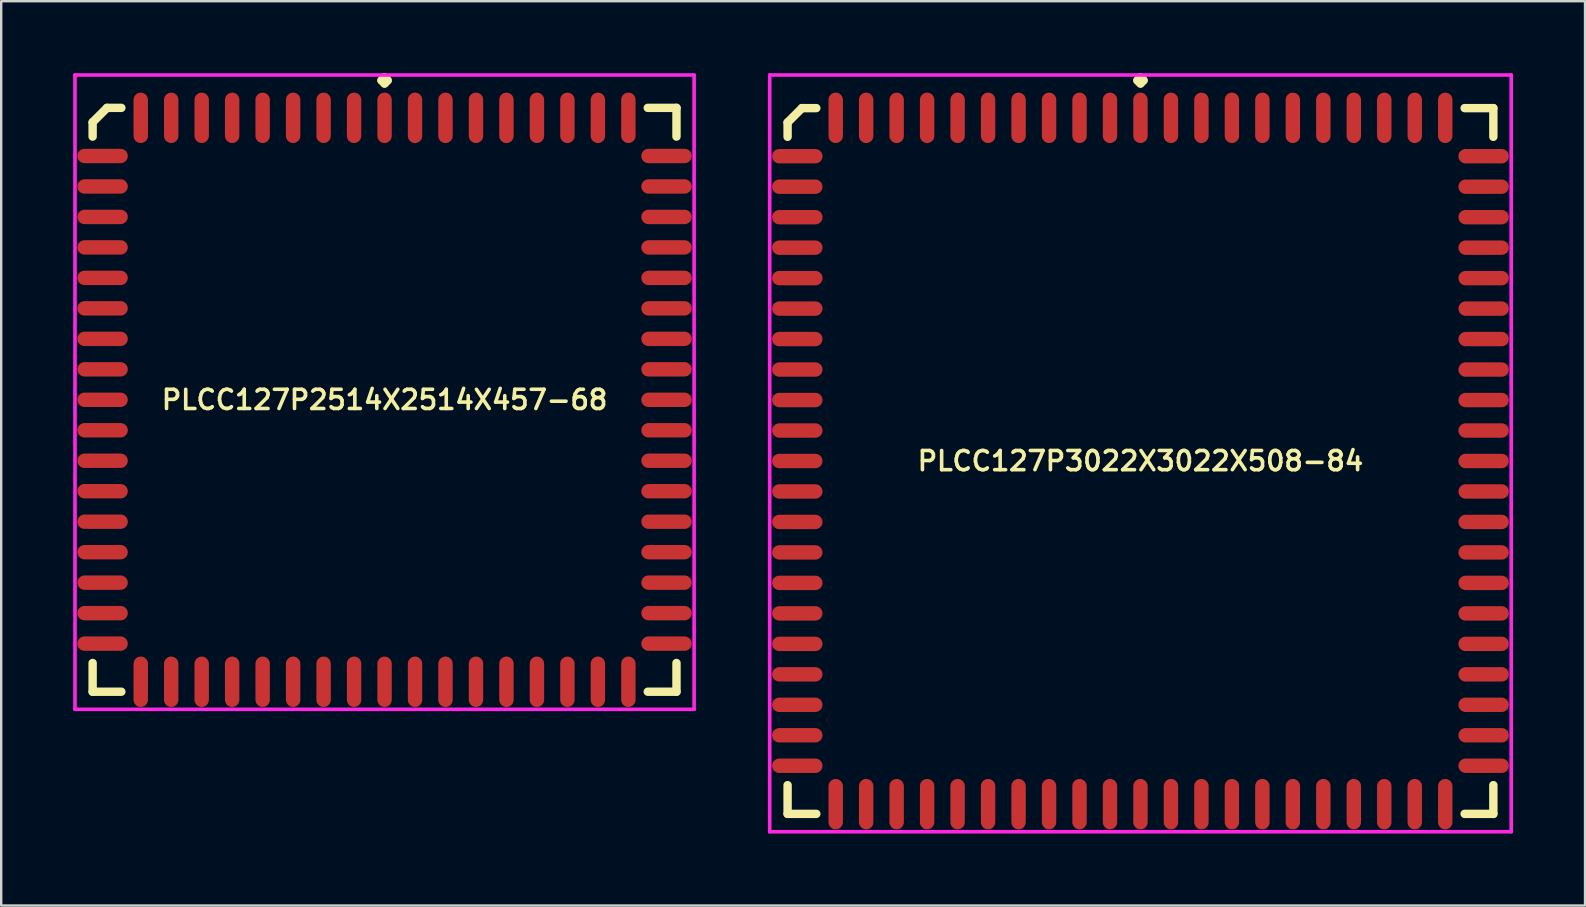
<source format=kicad_pcb>
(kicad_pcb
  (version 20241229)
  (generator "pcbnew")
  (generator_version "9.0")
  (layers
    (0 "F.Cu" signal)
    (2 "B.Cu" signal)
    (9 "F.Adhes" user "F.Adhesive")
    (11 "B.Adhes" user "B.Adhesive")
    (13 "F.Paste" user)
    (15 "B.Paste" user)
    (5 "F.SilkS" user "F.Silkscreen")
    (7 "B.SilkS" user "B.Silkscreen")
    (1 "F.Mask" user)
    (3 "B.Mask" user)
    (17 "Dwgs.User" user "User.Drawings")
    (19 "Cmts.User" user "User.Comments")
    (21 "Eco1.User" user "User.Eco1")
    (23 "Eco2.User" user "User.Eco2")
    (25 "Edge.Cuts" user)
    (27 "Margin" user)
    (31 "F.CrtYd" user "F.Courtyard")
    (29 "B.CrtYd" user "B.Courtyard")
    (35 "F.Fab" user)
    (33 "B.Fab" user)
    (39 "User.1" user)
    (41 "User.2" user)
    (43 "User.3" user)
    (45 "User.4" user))
  (footprint "PLCC127P3022X3022X508-84"
    (layer "F.Cu")
    (at 44.475 16.16)
    (property "Reference" "PLCC127P3022X3022X508-84" (at 0 0 0) (layer "F.SilkS") (effects (font (size 0.8 0.8) (thickness 0.15))))
    (attr smd)
    (fp_line (start -14.705 -14.107) (end -14.107 -14.705) (stroke (width 0.35) (type solid)) (layer "F.SilkS"))
    (fp_line (start -14.705 -13.508) (end -14.705 -14.107) (stroke (width 0.35) (type solid)) (layer "F.SilkS"))
    (fp_line (start -14.705 13.508) (end -14.705 14.705) (stroke (width 0.35) (type solid)) (layer "F.SilkS"))
    (fp_line (start -14.705 14.705) (end -13.508 14.705) (stroke (width 0.35) (type solid)) (layer "F.SilkS"))
    (fp_line (start -14.107 -14.705) (end -13.508 -14.705) (stroke (width 0.35) (type solid)) (layer "F.SilkS"))
    (fp_line (start -0.127 -15.858) (end 0 -15.985) (stroke (width 0.35) (type solid)) (layer "F.SilkS"))
    (fp_line (start 0 -15.985) (end 0.127 -15.858) (stroke (width 0.35) (type solid)) (layer "F.SilkS"))
    (fp_line (start 0 -15.731) (end -0.127 -15.858) (stroke (width 0.35) (type solid)) (layer "F.SilkS"))
    (fp_line (start 0.127 -15.858) (end 0 -15.731) (stroke (width 0.35) (type solid)) (layer "F.SilkS"))
    (fp_line (start 14.705 -14.705) (end 13.508 -14.705) (stroke (width 0.35) (type solid)) (layer "F.SilkS"))
    (fp_line (start 14.705 -13.508) (end 14.705 -14.705) (stroke (width 0.35) (type solid)) (layer "F.SilkS"))
    (fp_line (start 14.705 13.508) (end 14.705 14.705) (stroke (width 0.35) (type solid)) (layer "F.SilkS"))
    (fp_line (start 14.705 14.705) (end 13.508 14.705) (stroke (width 0.35) (type solid)) (layer "F.SilkS"))
    (fp_line (start -15.45 -16.085) (end 15.45 -16.085) (stroke (width 0.15) (type solid)) (layer "F.CrtYd"))
    (fp_line (start -15.45 15.45) (end -15.45 -16.085) (stroke (width 0.15) (type solid)) (layer "F.CrtYd"))
    (fp_line (start 15.45 -16.085) (end 15.45 15.45) (stroke (width 0.15) (type solid)) (layer "F.CrtYd"))
    (fp_line (start 15.45 15.45) (end -15.45 15.45) (stroke (width 0.15) (type solid)) (layer "F.CrtYd"))
    (pad "1" smd oval (at 0 -14.3) (size 0.6 2.1) (layers "F.Cu" "F.Mask" "F.Paste"))
    (pad "2" smd oval (at -1.27 -14.3) (size 0.6 2.1) (layers "F.Cu" "F.Mask" "F.Paste"))
    (pad "3" smd oval (at -2.54 -14.3) (size 0.6 2.1) (layers "F.Cu" "F.Mask" "F.Paste"))
    (pad "4" smd oval (at -3.81 -14.3) (size 0.6 2.1) (layers "F.Cu" "F.Mask" "F.Paste"))
    (pad "5" smd oval (at -5.08 -14.3) (size 0.6 2.1) (layers "F.Cu" "F.Mask" "F.Paste"))
    (pad "6" smd oval (at -6.35 -14.3) (size 0.6 2.1) (layers "F.Cu" "F.Mask" "F.Paste"))
    (pad "7" smd oval (at -7.62 -14.3) (size 0.6 2.1) (layers "F.Cu" "F.Mask" "F.Paste"))
    (pad "8" smd oval (at -8.89 -14.3) (size 0.6 2.1) (layers "F.Cu" "F.Mask" "F.Paste"))
    (pad "9" smd oval (at -10.16 -14.3) (size 0.6 2.1) (layers "F.Cu" "F.Mask" "F.Paste"))
    (pad "10" smd oval (at -11.43 -14.3) (size 0.6 2.1) (layers "F.Cu" "F.Mask" "F.Paste"))
    (pad "11" smd oval (at -12.7 -14.3) (size 0.6 2.1) (layers "F.Cu" "F.Mask" "F.Paste"))
    (pad "12" smd oval (at -14.3 -12.7) (size 2.1 0.6) (layers "F.Cu" "F.Mask" "F.Paste"))
    (pad "13" smd oval (at -14.3 -11.43) (size 2.1 0.6) (layers "F.Cu" "F.Mask" "F.Paste"))
    (pad "14" smd oval (at -14.3 -10.16) (size 2.1 0.6) (layers "F.Cu" "F.Mask" "F.Paste"))
    (pad "15" smd oval (at -14.3 -8.89) (size 2.1 0.6) (layers "F.Cu" "F.Mask" "F.Paste"))
    (pad "16" smd oval (at -14.3 -7.62) (size 2.1 0.6) (layers "F.Cu" "F.Mask" "F.Paste"))
    (pad "17" smd oval (at -14.3 -6.35) (size 2.1 0.6) (layers "F.Cu" "F.Mask" "F.Paste"))
    (pad "18" smd oval (at -14.3 -5.08) (size 2.1 0.6) (layers "F.Cu" "F.Mask" "F.Paste"))
    (pad "19" smd oval (at -14.3 -3.81) (size 2.1 0.6) (layers "F.Cu" "F.Mask" "F.Paste"))
    (pad "20" smd oval (at -14.3 -2.54) (size 2.1 0.6) (layers "F.Cu" "F.Mask" "F.Paste"))
    (pad "21" smd oval (at -14.3 -1.27) (size 2.1 0.6) (layers "F.Cu" "F.Mask" "F.Paste"))
    (pad "22" smd oval (at -14.3 0) (size 2.1 0.6) (layers "F.Cu" "F.Mask" "F.Paste"))
    (pad "23" smd oval (at -14.3 1.27) (size 2.1 0.6) (layers "F.Cu" "F.Mask" "F.Paste"))
    (pad "24" smd oval (at -14.3 2.54) (size 2.1 0.6) (layers "F.Cu" "F.Mask" "F.Paste"))
    (pad "25" smd oval (at -14.3 3.81) (size 2.1 0.6) (layers "F.Cu" "F.Mask" "F.Paste"))
    (pad "26" smd oval (at -14.3 5.08) (size 2.1 0.6) (layers "F.Cu" "F.Mask" "F.Paste"))
    (pad "27" smd oval (at -14.3 6.35) (size 2.1 0.6) (layers "F.Cu" "F.Mask" "F.Paste"))
    (pad "28" smd oval (at -14.3 7.62) (size 2.1 0.6) (layers "F.Cu" "F.Mask" "F.Paste"))
    (pad "29" smd oval (at -14.3 8.89) (size 2.1 0.6) (layers "F.Cu" "F.Mask" "F.Paste"))
    (pad "30" smd oval (at -14.3 10.16) (size 2.1 0.6) (layers "F.Cu" "F.Mask" "F.Paste"))
    (pad "31" smd oval (at -14.3 11.43) (size 2.1 0.6) (layers "F.Cu" "F.Mask" "F.Paste"))
    (pad "32" smd oval (at -14.3 12.7) (size 2.1 0.6) (layers "F.Cu" "F.Mask" "F.Paste"))
    (pad "33" smd oval (at -12.7 14.3) (size 0.6 2.1) (layers "F.Cu" "F.Mask" "F.Paste"))
    (pad "34" smd oval (at -11.43 14.3) (size 0.6 2.1) (layers "F.Cu" "F.Mask" "F.Paste"))
    (pad "35" smd oval (at -10.16 14.3) (size 0.6 2.1) (layers "F.Cu" "F.Mask" "F.Paste"))
    (pad "36" smd oval (at -8.89 14.3) (size 0.6 2.1) (layers "F.Cu" "F.Mask" "F.Paste"))
    (pad "37" smd oval (at -7.62 14.3) (size 0.6 2.1) (layers "F.Cu" "F.Mask" "F.Paste"))
    (pad "38" smd oval (at -6.35 14.3) (size 0.6 2.1) (layers "F.Cu" "F.Mask" "F.Paste"))
    (pad "39" smd oval (at -5.08 14.3) (size 0.6 2.1) (layers "F.Cu" "F.Mask" "F.Paste"))
    (pad "40" smd oval (at -3.81 14.3) (size 0.6 2.1) (layers "F.Cu" "F.Mask" "F.Paste"))
    (pad "41" smd oval (at -2.54 14.3) (size 0.6 2.1) (layers "F.Cu" "F.Mask" "F.Paste"))
    (pad "42" smd oval (at -1.27 14.3) (size 0.6 2.1) (layers "F.Cu" "F.Mask" "F.Paste"))
    (pad "43" smd oval (at 0 14.3) (size 0.6 2.1) (layers "F.Cu" "F.Mask" "F.Paste"))
    (pad "44" smd oval (at 1.27 14.3) (size 0.6 2.1) (layers "F.Cu" "F.Mask" "F.Paste"))
    (pad "45" smd oval (at 2.54 14.3) (size 0.6 2.1) (layers "F.Cu" "F.Mask" "F.Paste"))
    (pad "46" smd oval (at 3.81 14.3) (size 0.6 2.1) (layers "F.Cu" "F.Mask" "F.Paste"))
    (pad "47" smd oval (at 5.08 14.3) (size 0.6 2.1) (layers "F.Cu" "F.Mask" "F.Paste"))
    (pad "48" smd oval (at 6.35 14.3) (size 0.6 2.1) (layers "F.Cu" "F.Mask" "F.Paste"))
    (pad "49" smd oval (at 7.62 14.3) (size 0.6 2.1) (layers "F.Cu" "F.Mask" "F.Paste"))
    (pad "50" smd oval (at 8.89 14.3) (size 0.6 2.1) (layers "F.Cu" "F.Mask" "F.Paste"))
    (pad "51" smd oval (at 10.16 14.3) (size 0.6 2.1) (layers "F.Cu" "F.Mask" "F.Paste"))
    (pad "52" smd oval (at 11.43 14.3) (size 0.6 2.1) (layers "F.Cu" "F.Mask" "F.Paste"))
    (pad "53" smd oval (at 12.7 14.3) (size 0.6 2.1) (layers "F.Cu" "F.Mask" "F.Paste"))
    (pad "54" smd oval (at 14.3 12.7) (size 2.1 0.6) (layers "F.Cu" "F.Mask" "F.Paste"))
    (pad "55" smd oval (at 14.3 11.43) (size 2.1 0.6) (layers "F.Cu" "F.Mask" "F.Paste"))
    (pad "56" smd oval (at 14.3 10.16) (size 2.1 0.6) (layers "F.Cu" "F.Mask" "F.Paste"))
    (pad "57" smd oval (at 14.3 8.89) (size 2.1 0.6) (layers "F.Cu" "F.Mask" "F.Paste"))
    (pad "58" smd oval (at 14.3 7.62) (size 2.1 0.6) (layers "F.Cu" "F.Mask" "F.Paste"))
    (pad "59" smd oval (at 14.3 6.35) (size 2.1 0.6) (layers "F.Cu" "F.Mask" "F.Paste"))
    (pad "60" smd oval (at 14.3 5.08) (size 2.1 0.6) (layers "F.Cu" "F.Mask" "F.Paste"))
    (pad "61" smd oval (at 14.3 3.81) (size 2.1 0.6) (layers "F.Cu" "F.Mask" "F.Paste"))
    (pad "62" smd oval (at 14.3 2.54) (size 2.1 0.6) (layers "F.Cu" "F.Mask" "F.Paste"))
    (pad "63" smd oval (at 14.3 1.27) (size 2.1 0.6) (layers "F.Cu" "F.Mask" "F.Paste"))
    (pad "64" smd oval (at 14.3 0) (size 2.1 0.6) (layers "F.Cu" "F.Mask" "F.Paste"))
    (pad "65" smd oval (at 14.3 -1.27) (size 2.1 0.6) (layers "F.Cu" "F.Mask" "F.Paste"))
    (pad "66" smd oval (at 14.3 -2.54) (size 2.1 0.6) (layers "F.Cu" "F.Mask" "F.Paste"))
    (pad "67" smd oval (at 14.3 -3.81) (size 2.1 0.6) (layers "F.Cu" "F.Mask" "F.Paste"))
    (pad "68" smd oval (at 14.3 -5.08) (size 2.1 0.6) (layers "F.Cu" "F.Mask" "F.Paste"))
    (pad "69" smd oval (at 14.3 -6.35) (size 2.1 0.6) (layers "F.Cu" "F.Mask" "F.Paste"))
    (pad "70" smd oval (at 14.3 -7.62) (size 2.1 0.6) (layers "F.Cu" "F.Mask" "F.Paste"))
    (pad "71" smd oval (at 14.3 -8.89) (size 2.1 0.6) (layers "F.Cu" "F.Mask" "F.Paste"))
    (pad "72" smd oval (at 14.3 -10.16) (size 2.1 0.6) (layers "F.Cu" "F.Mask" "F.Paste"))
    (pad "73" smd oval (at 14.3 -11.43) (size 2.1 0.6) (layers "F.Cu" "F.Mask" "F.Paste"))
    (pad "74" smd oval (at 14.3 -12.7) (size 2.1 0.6) (layers "F.Cu" "F.Mask" "F.Paste"))
    (pad "75" smd oval (at 12.7 -14.3) (size 0.6 2.1) (layers "F.Cu" "F.Mask" "F.Paste"))
    (pad "76" smd oval (at 11.43 -14.3) (size 0.6 2.1) (layers "F.Cu" "F.Mask" "F.Paste"))
    (pad "77" smd oval (at 10.16 -14.3) (size 0.6 2.1) (layers "F.Cu" "F.Mask" "F.Paste"))
    (pad "78" smd oval (at 8.89 -14.3) (size 0.6 2.1) (layers "F.Cu" "F.Mask" "F.Paste"))
    (pad "79" smd oval (at 7.62 -14.3) (size 0.6 2.1) (layers "F.Cu" "F.Mask" "F.Paste"))
    (pad "80" smd oval (at 6.35 -14.3) (size 0.6 2.1) (layers "F.Cu" "F.Mask" "F.Paste"))
    (pad "81" smd oval (at 5.08 -14.3) (size 0.6 2.1) (layers "F.Cu" "F.Mask" "F.Paste"))
    (pad "82" smd oval (at 3.81 -14.3) (size 0.6 2.1) (layers "F.Cu" "F.Mask" "F.Paste"))
    (pad "83" smd oval (at 2.54 -14.3) (size 0.6 2.1) (layers "F.Cu" "F.Mask" "F.Paste"))
    (pad "84" smd oval (at 1.27 -14.3) (size 0.6 2.1) (layers "F.Cu" "F.Mask" "F.Paste")))
  (footprint "PLCC127P2514X2514X457-68"
    (layer "F.Cu")
    (at 12.975 13.61)
    (property "Reference" "PLCC127P2514X2514X457-68" (at 0 0 0) (layer "F.SilkS") (effects (font (size 0.8 0.8) (thickness 0.15))))
    (attr through_hole)
    (fp_line (start -12.165 -11.566) (end -11.566 -12.165) (stroke (width 0.35) (type solid)) (layer "F.SilkS"))
    (fp_line (start -12.165 -10.968) (end -12.165 -11.566) (stroke (width 0.35) (type solid)) (layer "F.SilkS"))
    (fp_line (start -12.165 10.968) (end -12.165 12.165) (stroke (width 0.35) (type solid)) (layer "F.SilkS"))
    (fp_line (start -12.165 12.165) (end -10.968 12.165) (stroke (width 0.35) (type solid)) (layer "F.SilkS"))
    (fp_line (start -11.566 -12.165) (end -10.968 -12.165) (stroke (width 0.35) (type solid)) (layer "F.SilkS"))
    (fp_line (start -0.127 -13.308) (end 0 -13.435) (stroke (width 0.35) (type solid)) (layer "F.SilkS"))
    (fp_line (start 0 -13.435) (end 0.127 -13.308) (stroke (width 0.35) (type solid)) (layer "F.SilkS"))
    (fp_line (start 0 -13.181) (end -0.127 -13.308) (stroke (width 0.35) (type solid)) (layer "F.SilkS"))
    (fp_line (start 0.127 -13.308) (end 0 -13.181) (stroke (width 0.35) (type solid)) (layer "F.SilkS"))
    (fp_line (start 12.165 -12.165) (end 10.968 -12.165) (stroke (width 0.35) (type solid)) (layer "F.SilkS"))
    (fp_line (start 12.165 -10.968) (end 12.165 -12.165) (stroke (width 0.35) (type solid)) (layer "F.SilkS"))
    (fp_line (start 12.165 10.968) (end 12.165 12.165) (stroke (width 0.35) (type solid)) (layer "F.SilkS"))
    (fp_line (start 12.165 12.165) (end 10.968 12.165) (stroke (width 0.35) (type solid)) (layer "F.SilkS"))
    (fp_line (start -12.9 -13.535) (end 12.9 -13.535) (stroke (width 0.15) (type solid)) (layer "F.CrtYd"))
    (fp_line (start -12.9 12.9) (end -12.9 -13.535) (stroke (width 0.15) (type solid)) (layer "F.CrtYd"))
    (fp_line (start 12.9 -13.535) (end 12.9 12.9) (stroke (width 0.15) (type solid)) (layer "F.CrtYd"))
    (fp_line (start 12.9 12.9) (end -12.9 12.9) (stroke (width 0.15) (type solid)) (layer "F.CrtYd"))
    (pad "1" smd oval (at 0 -11.75) (size 0.6 2.1) (layers "F.Cu" "F.Mask" "F.Paste"))
    (pad "2" smd oval (at -1.27 -11.75) (size 0.6 2.1) (layers "F.Cu" "F.Mask" "F.Paste"))
    (pad "3" smd oval (at -2.54 -11.75) (size 0.6 2.1) (layers "F.Cu" "F.Mask" "F.Paste"))
    (pad "4" smd oval (at -3.81 -11.75) (size 0.6 2.1) (layers "F.Cu" "F.Mask" "F.Paste"))
    (pad "5" smd oval (at -5.08 -11.75) (size 0.6 2.1) (layers "F.Cu" "F.Mask" "F.Paste"))
    (pad "6" smd oval (at -6.35 -11.75) (size 0.6 2.1) (layers "F.Cu" "F.Mask" "F.Paste"))
    (pad "7" smd oval (at -7.62 -11.75) (size 0.6 2.1) (layers "F.Cu" "F.Mask" "F.Paste"))
    (pad "8" smd oval (at -8.89 -11.75) (size 0.6 2.1) (layers "F.Cu" "F.Mask" "F.Paste"))
    (pad "9" smd oval (at -10.16 -11.75) (size 0.6 2.1) (layers "F.Cu" "F.Mask" "F.Paste"))
    (pad "10" smd oval (at -11.75 -10.16) (size 2.1 0.6) (layers "F.Cu" "F.Mask" "F.Paste"))
    (pad "11" smd oval (at -11.75 -8.89) (size 2.1 0.6) (layers "F.Cu" "F.Mask" "F.Paste"))
    (pad "12" smd oval (at -11.75 -7.62) (size 2.1 0.6) (layers "F.Cu" "F.Mask" "F.Paste"))
    (pad "13" smd oval (at -11.75 -6.35) (size 2.1 0.6) (layers "F.Cu" "F.Mask" "F.Paste"))
    (pad "14" smd oval (at -11.75 -5.08) (size 2.1 0.6) (layers "F.Cu" "F.Mask" "F.Paste"))
    (pad "15" smd oval (at -11.75 -3.81) (size 2.1 0.6) (layers "F.Cu" "F.Mask" "F.Paste"))
    (pad "16" smd oval (at -11.75 -2.54) (size 2.1 0.6) (layers "F.Cu" "F.Mask" "F.Paste"))
    (pad "17" smd oval (at -11.75 -1.27) (size 2.1 0.6) (layers "F.Cu" "F.Mask" "F.Paste"))
    (pad "18" smd oval (at -11.75 0) (size 2.1 0.6) (layers "F.Cu" "F.Mask" "F.Paste"))
    (pad "19" smd oval (at -11.75 1.27) (size 2.1 0.6) (layers "F.Cu" "F.Mask" "F.Paste"))
    (pad "20" smd oval (at -11.75 2.54) (size 2.1 0.6) (layers "F.Cu" "F.Mask" "F.Paste"))
    (pad "21" smd oval (at -11.75 3.81) (size 2.1 0.6) (layers "F.Cu" "F.Mask" "F.Paste"))
    (pad "22" smd oval (at -11.75 5.08) (size 2.1 0.6) (layers "F.Cu" "F.Mask" "F.Paste"))
    (pad "23" smd oval (at -11.75 6.35) (size 2.1 0.6) (layers "F.Cu" "F.Mask" "F.Paste"))
    (pad "24" smd oval (at -11.75 7.62) (size 2.1 0.6) (layers "F.Cu" "F.Mask" "F.Paste"))
    (pad "25" smd oval (at -11.75 8.89) (size 2.1 0.6) (layers "F.Cu" "F.Mask" "F.Paste"))
    (pad "26" smd oval (at -11.75 10.16) (size 2.1 0.6) (layers "F.Cu" "F.Mask" "F.Paste"))
    (pad "27" smd oval (at -10.16 11.75) (size 0.6 2.1) (layers "F.Cu" "F.Mask" "F.Paste"))
    (pad "28" smd oval (at -8.89 11.75) (size 0.6 2.1) (layers "F.Cu" "F.Mask" "F.Paste"))
    (pad "29" smd oval (at -7.62 11.75) (size 0.6 2.1) (layers "F.Cu" "F.Mask" "F.Paste"))
    (pad "30" smd oval (at -6.35 11.75) (size 0.6 2.1) (layers "F.Cu" "F.Mask" "F.Paste"))
    (pad "31" smd oval (at -5.08 11.75) (size 0.6 2.1) (layers "F.Cu" "F.Mask" "F.Paste"))
    (pad "32" smd oval (at -3.81 11.75) (size 0.6 2.1) (layers "F.Cu" "F.Mask" "F.Paste"))
    (pad "33" smd oval (at -2.54 11.75) (size 0.6 2.1) (layers "F.Cu" "F.Mask" "F.Paste"))
    (pad "34" smd oval (at -1.27 11.75) (size 0.6 2.1) (layers "F.Cu" "F.Mask" "F.Paste"))
    (pad "35" smd oval (at 0 11.75) (size 0.6 2.1) (layers "F.Cu" "F.Mask" "F.Paste"))
    (pad "36" smd oval (at 1.27 11.75) (size 0.6 2.1) (layers "F.Cu" "F.Mask" "F.Paste"))
    (pad "37" smd oval (at 2.54 11.75) (size 0.6 2.1) (layers "F.Cu" "F.Mask" "F.Paste"))
    (pad "38" smd oval (at 3.81 11.75) (size 0.6 2.1) (layers "F.Cu" "F.Mask" "F.Paste"))
    (pad "39" smd oval (at 5.08 11.75) (size 0.6 2.1) (layers "F.Cu" "F.Mask" "F.Paste"))
    (pad "40" smd oval (at 6.35 11.75) (size 0.6 2.1) (layers "F.Cu" "F.Mask" "F.Paste"))
    (pad "41" smd oval (at 7.62 11.75) (size 0.6 2.1) (layers "F.Cu" "F.Mask" "F.Paste"))
    (pad "42" smd oval (at 8.89 11.75) (size 0.6 2.1) (layers "F.Cu" "F.Mask" "F.Paste"))
    (pad "43" smd oval (at 10.16 11.75) (size 0.6 2.1) (layers "F.Cu" "F.Mask" "F.Paste"))
    (pad "44" smd oval (at 11.75 10.16) (size 2.1 0.6) (layers "F.Cu" "F.Mask" "F.Paste"))
    (pad "45" smd oval (at 11.75 8.89) (size 2.1 0.6) (layers "F.Cu" "F.Mask" "F.Paste"))
    (pad "46" smd oval (at 11.75 7.62) (size 2.1 0.6) (layers "F.Cu" "F.Mask" "F.Paste"))
    (pad "47" smd oval (at 11.75 6.35) (size 2.1 0.6) (layers "F.Cu" "F.Mask" "F.Paste"))
    (pad "48" smd oval (at 11.75 5.08) (size 2.1 0.6) (layers "F.Cu" "F.Mask" "F.Paste"))
    (pad "49" smd oval (at 11.75 3.81) (size 2.1 0.6) (layers "F.Cu" "F.Mask" "F.Paste"))
    (pad "50" smd oval (at 11.75 2.54) (size 2.1 0.6) (layers "F.Cu" "F.Mask" "F.Paste"))
    (pad "51" smd oval (at 11.75 1.27) (size 2.1 0.6) (layers "F.Cu" "F.Mask" "F.Paste"))
    (pad "52" smd oval (at 11.75 0) (size 2.1 0.6) (layers "F.Cu" "F.Mask" "F.Paste"))
    (pad "53" smd oval (at 11.75 -1.27) (size 2.1 0.6) (layers "F.Cu" "F.Mask" "F.Paste"))
    (pad "54" smd oval (at 11.75 -2.54) (size 2.1 0.6) (layers "F.Cu" "F.Mask" "F.Paste"))
    (pad "55" smd oval (at 11.75 -3.81) (size 2.1 0.6) (layers "F.Cu" "F.Mask" "F.Paste"))
    (pad "56" smd oval (at 11.75 -5.08) (size 2.1 0.6) (layers "F.Cu" "F.Mask" "F.Paste"))
    (pad "57" smd oval (at 11.75 -6.35) (size 2.1 0.6) (layers "F.Cu" "F.Mask" "F.Paste"))
    (pad "58" smd oval (at 11.75 -7.62) (size 2.1 0.6) (layers "F.Cu" "F.Mask" "F.Paste"))
    (pad "59" smd oval (at 11.75 -8.89) (size 2.1 0.6) (layers "F.Cu" "F.Mask" "F.Paste"))
    (pad "60" smd oval (at 11.75 -10.16) (size 2.1 0.6) (layers "F.Cu" "F.Mask" "F.Paste"))
    (pad "61" smd oval (at 10.16 -11.75) (size 0.6 2.1) (layers "F.Cu" "F.Mask" "F.Paste"))
    (pad "62" smd oval (at 8.89 -11.75) (size 0.6 2.1) (layers "F.Cu" "F.Mask" "F.Paste"))
    (pad "63" smd oval (at 7.62 -11.75) (size 0.6 2.1) (layers "F.Cu" "F.Mask" "F.Paste"))
    (pad "64" smd oval (at 6.35 -11.75) (size 0.6 2.1) (layers "F.Cu" "F.Mask" "F.Paste"))
    (pad "65" smd oval (at 5.08 -11.75) (size 0.6 2.1) (layers "F.Cu" "F.Mask" "F.Paste"))
    (pad "66" smd oval (at 3.81 -11.75) (size 0.6 2.1) (layers "F.Cu" "F.Mask" "F.Paste"))
    (pad "67" smd oval (at 2.54 -11.75) (size 0.6 2.1) (layers "F.Cu" "F.Mask" "F.Paste"))
    (pad "68" smd oval (at 1.27 -11.75) (size 0.6 2.1) (layers "F.Cu" "F.Mask" "F.Paste")))
  (gr_rect
    (start -3 -3)
    (end 63 34.685)
    (stroke (width 0.1) (type default))
    (fill no)
    (layer "Edge.Cuts")))
</source>
